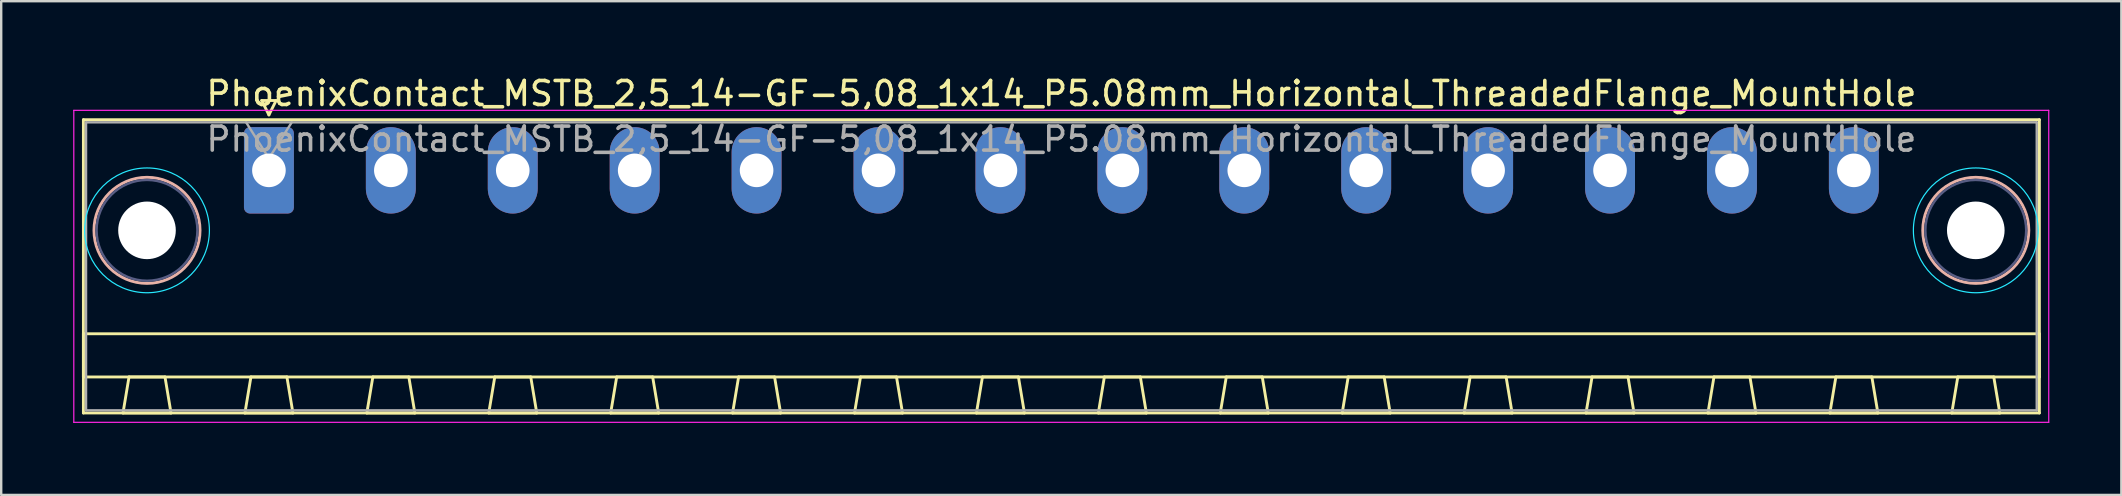
<source format=kicad_pcb>
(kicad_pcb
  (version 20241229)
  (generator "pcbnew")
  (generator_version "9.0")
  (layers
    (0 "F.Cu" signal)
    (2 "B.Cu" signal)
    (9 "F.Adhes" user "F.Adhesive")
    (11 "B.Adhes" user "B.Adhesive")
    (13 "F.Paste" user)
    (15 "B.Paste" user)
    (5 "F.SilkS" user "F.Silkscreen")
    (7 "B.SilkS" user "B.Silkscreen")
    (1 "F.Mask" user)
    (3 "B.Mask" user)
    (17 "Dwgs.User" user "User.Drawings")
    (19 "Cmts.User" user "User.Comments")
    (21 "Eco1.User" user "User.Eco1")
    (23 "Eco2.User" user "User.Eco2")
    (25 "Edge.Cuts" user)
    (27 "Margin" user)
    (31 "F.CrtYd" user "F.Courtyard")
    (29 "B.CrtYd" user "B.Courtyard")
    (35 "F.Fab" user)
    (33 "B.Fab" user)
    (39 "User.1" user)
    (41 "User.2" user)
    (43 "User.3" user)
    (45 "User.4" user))
  (footprint "PhoenixContact_MSTB_2,5_14-GF-5,08_1x14_P5.08mm_Horizontal_ThreadedFlange_MountHole"
    (layer "F.Cu")
    (at 8.155 4.048)
    (property "Reference" "PhoenixContact_MSTB_2,5_14-GF-5,08_1x14_P5.08mm_Horizontal_ThreadedFlange_MountHole" (at 33.02 -3.2 0) (layer "F.SilkS") (effects (font (size 1 1) (thickness 0.15))))
    (attr through_hole)
    (fp_line (start -7.73 -2.11) (end -7.73 10.11) (stroke (width 0.12) (type solid)) (layer "F.SilkS"))
    (fp_line (start -7.73 6.81) (end 73.77 6.81) (stroke (width 0.12) (type solid)) (layer "F.SilkS"))
    (fp_line (start -7.73 8.61) (end -7.73 6.81) (stroke (width 0.12) (type solid)) (layer "F.SilkS"))
    (fp_line (start -7.73 10.11) (end 73.77 10.11) (stroke (width 0.12) (type solid)) (layer "F.SilkS"))
    (fp_line (start -6.08 10.11) (end -4.08 10.11) (stroke (width 0.12) (type solid)) (layer "F.SilkS"))
    (fp_line (start -5.83 8.61) (end -6.08 10.11) (stroke (width 0.12) (type solid)) (layer "F.SilkS"))
    (fp_line (start -4.33 8.61) (end -5.83 8.61) (stroke (width 0.12) (type solid)) (layer "F.SilkS"))
    (fp_line (start -4.08 10.11) (end -4.33 8.61) (stroke (width 0.12) (type solid)) (layer "F.SilkS"))
    (fp_line (start -1 10.11) (end 1 10.11) (stroke (width 0.12) (type solid)) (layer "F.SilkS"))
    (fp_line (start -0.75 8.61) (end -1 10.11) (stroke (width 0.12) (type solid)) (layer "F.SilkS"))
    (fp_line (start -0.3 -2.91) (end 0.3 -2.91) (stroke (width 0.12) (type solid)) (layer "F.SilkS"))
    (fp_line (start 0 -2.31) (end -0.3 -2.91) (stroke (width 0.12) (type solid)) (layer "F.SilkS"))
    (fp_line (start 0.3 -2.91) (end 0 -2.31) (stroke (width 0.12) (type solid)) (layer "F.SilkS"))
    (fp_line (start 0.75 8.61) (end -0.75 8.61) (stroke (width 0.12) (type solid)) (layer "F.SilkS"))
    (fp_line (start 1 10.11) (end 0.75 8.61) (stroke (width 0.12) (type solid)) (layer "F.SilkS"))
    (fp_line (start 4.08 10.11) (end 6.08 10.11) (stroke (width 0.12) (type solid)) (layer "F.SilkS"))
    (fp_line (start 4.33 8.61) (end 4.08 10.11) (stroke (width 0.12) (type solid)) (layer "F.SilkS"))
    (fp_line (start 5.83 8.61) (end 4.33 8.61) (stroke (width 0.12) (type solid)) (layer "F.SilkS"))
    (fp_line (start 6.08 10.11) (end 5.83 8.61) (stroke (width 0.12) (type solid)) (layer "F.SilkS"))
    (fp_line (start 9.16 10.11) (end 11.16 10.11) (stroke (width 0.12) (type solid)) (layer "F.SilkS"))
    (fp_line (start 9.41 8.61) (end 9.16 10.11) (stroke (width 0.12) (type solid)) (layer "F.SilkS"))
    (fp_line (start 10.91 8.61) (end 9.41 8.61) (stroke (width 0.12) (type solid)) (layer "F.SilkS"))
    (fp_line (start 11.16 10.11) (end 10.91 8.61) (stroke (width 0.12) (type solid)) (layer "F.SilkS"))
    (fp_line (start 14.24 10.11) (end 16.24 10.11) (stroke (width 0.12) (type solid)) (layer "F.SilkS"))
    (fp_line (start 14.49 8.61) (end 14.24 10.11) (stroke (width 0.12) (type solid)) (layer "F.SilkS"))
    (fp_line (start 15.99 8.61) (end 14.49 8.61) (stroke (width 0.12) (type solid)) (layer "F.SilkS"))
    (fp_line (start 16.24 10.11) (end 15.99 8.61) (stroke (width 0.12) (type solid)) (layer "F.SilkS"))
    (fp_line (start 19.32 10.11) (end 21.32 10.11) (stroke (width 0.12) (type solid)) (layer "F.SilkS"))
    (fp_line (start 19.57 8.61) (end 19.32 10.11) (stroke (width 0.12) (type solid)) (layer "F.SilkS"))
    (fp_line (start 21.07 8.61) (end 19.57 8.61) (stroke (width 0.12) (type solid)) (layer "F.SilkS"))
    (fp_line (start 21.32 10.11) (end 21.07 8.61) (stroke (width 0.12) (type solid)) (layer "F.SilkS"))
    (fp_line (start 24.4 10.11) (end 26.4 10.11) (stroke (width 0.12) (type solid)) (layer "F.SilkS"))
    (fp_line (start 24.65 8.61) (end 24.4 10.11) (stroke (width 0.12) (type solid)) (layer "F.SilkS"))
    (fp_line (start 26.15 8.61) (end 24.65 8.61) (stroke (width 0.12) (type solid)) (layer "F.SilkS"))
    (fp_line (start 26.4 10.11) (end 26.15 8.61) (stroke (width 0.12) (type solid)) (layer "F.SilkS"))
    (fp_line (start 29.48 10.11) (end 31.48 10.11) (stroke (width 0.12) (type solid)) (layer "F.SilkS"))
    (fp_line (start 29.73 8.61) (end 29.48 10.11) (stroke (width 0.12) (type solid)) (layer "F.SilkS"))
    (fp_line (start 31.23 8.61) (end 29.73 8.61) (stroke (width 0.12) (type solid)) (layer "F.SilkS"))
    (fp_line (start 31.48 10.11) (end 31.23 8.61) (stroke (width 0.12) (type solid)) (layer "F.SilkS"))
    (fp_line (start 34.56 10.11) (end 36.56 10.11) (stroke (width 0.12) (type solid)) (layer "F.SilkS"))
    (fp_line (start 34.81 8.61) (end 34.56 10.11) (stroke (width 0.12) (type solid)) (layer "F.SilkS"))
    (fp_line (start 36.31 8.61) (end 34.81 8.61) (stroke (width 0.12) (type solid)) (layer "F.SilkS"))
    (fp_line (start 36.56 10.11) (end 36.31 8.61) (stroke (width 0.12) (type solid)) (layer "F.SilkS"))
    (fp_line (start 39.64 10.11) (end 41.64 10.11) (stroke (width 0.12) (type solid)) (layer "F.SilkS"))
    (fp_line (start 39.89 8.61) (end 39.64 10.11) (stroke (width 0.12) (type solid)) (layer "F.SilkS"))
    (fp_line (start 41.39 8.61) (end 39.89 8.61) (stroke (width 0.12) (type solid)) (layer "F.SilkS"))
    (fp_line (start 41.64 10.11) (end 41.39 8.61) (stroke (width 0.12) (type solid)) (layer "F.SilkS"))
    (fp_line (start 44.72 10.11) (end 46.72 10.11) (stroke (width 0.12) (type solid)) (layer "F.SilkS"))
    (fp_line (start 44.97 8.61) (end 44.72 10.11) (stroke (width 0.12) (type solid)) (layer "F.SilkS"))
    (fp_line (start 46.47 8.61) (end 44.97 8.61) (stroke (width 0.12) (type solid)) (layer "F.SilkS"))
    (fp_line (start 46.72 10.11) (end 46.47 8.61) (stroke (width 0.12) (type solid)) (layer "F.SilkS"))
    (fp_line (start 49.8 10.11) (end 51.8 10.11) (stroke (width 0.12) (type solid)) (layer "F.SilkS"))
    (fp_line (start 50.05 8.61) (end 49.8 10.11) (stroke (width 0.12) (type solid)) (layer "F.SilkS"))
    (fp_line (start 51.55 8.61) (end 50.05 8.61) (stroke (width 0.12) (type solid)) (layer "F.SilkS"))
    (fp_line (start 51.8 10.11) (end 51.55 8.61) (stroke (width 0.12) (type solid)) (layer "F.SilkS"))
    (fp_line (start 54.88 10.11) (end 56.88 10.11) (stroke (width 0.12) (type solid)) (layer "F.SilkS"))
    (fp_line (start 55.13 8.61) (end 54.88 10.11) (stroke (width 0.12) (type solid)) (layer "F.SilkS"))
    (fp_line (start 56.63 8.61) (end 55.13 8.61) (stroke (width 0.12) (type solid)) (layer "F.SilkS"))
    (fp_line (start 56.88 10.11) (end 56.63 8.61) (stroke (width 0.12) (type solid)) (layer "F.SilkS"))
    (fp_line (start 59.96 10.11) (end 61.96 10.11) (stroke (width 0.12) (type solid)) (layer "F.SilkS"))
    (fp_line (start 60.21 8.61) (end 59.96 10.11) (stroke (width 0.12) (type solid)) (layer "F.SilkS"))
    (fp_line (start 61.71 8.61) (end 60.21 8.61) (stroke (width 0.12) (type solid)) (layer "F.SilkS"))
    (fp_line (start 61.96 10.11) (end 61.71 8.61) (stroke (width 0.12) (type solid)) (layer "F.SilkS"))
    (fp_line (start 65.04 10.11) (end 67.04 10.11) (stroke (width 0.12) (type solid)) (layer "F.SilkS"))
    (fp_line (start 65.29 8.61) (end 65.04 10.11) (stroke (width 0.12) (type solid)) (layer "F.SilkS"))
    (fp_line (start 66.79 8.61) (end 65.29 8.61) (stroke (width 0.12) (type solid)) (layer "F.SilkS"))
    (fp_line (start 67.04 10.11) (end 66.79 8.61) (stroke (width 0.12) (type solid)) (layer "F.SilkS"))
    (fp_line (start 70.12 10.11) (end 72.12 10.11) (stroke (width 0.12) (type solid)) (layer "F.SilkS"))
    (fp_line (start 70.37 8.61) (end 70.12 10.11) (stroke (width 0.12) (type solid)) (layer "F.SilkS"))
    (fp_line (start 71.87 8.61) (end 70.37 8.61) (stroke (width 0.12) (type solid)) (layer "F.SilkS"))
    (fp_line (start 72.12 10.11) (end 71.87 8.61) (stroke (width 0.12) (type solid)) (layer "F.SilkS"))
    (fp_line (start 73.77 -2.11) (end -7.73 -2.11) (stroke (width 0.12) (type solid)) (layer "F.SilkS"))
    (fp_line (start 73.77 6.81) (end 73.77 8.61) (stroke (width 0.12) (type solid)) (layer "F.SilkS"))
    (fp_line (start 73.77 8.61) (end -7.73 8.61) (stroke (width 0.12) (type solid)) (layer "F.SilkS"))
    (fp_line (start 73.77 10.11) (end 73.77 -2.11) (stroke (width 0.12) (type solid)) (layer "F.SilkS"))
    (fp_circle (center -5.08 2.5) (end -2.87 2.5) (stroke (width 0.12) (type solid)) (fill no) (layer "B.SilkS"))
    (fp_circle (center 71.12 2.5) (end 73.33 2.5) (stroke (width 0.12) (type solid)) (fill no) (layer "B.SilkS"))
    (fp_circle (center -5.08 2.5) (end -2.48 2.5) (stroke (width 0.05) (type solid)) (fill no) (layer "B.CrtYd"))
    (fp_circle (center 71.12 2.5) (end 73.72 2.5) (stroke (width 0.05) (type solid)) (fill no) (layer "B.CrtYd"))
    (fp_line (start -8.13 -2.5) (end -8.13 10.5) (stroke (width 0.05) (type solid)) (layer "F.CrtYd"))
    (fp_line (start -8.13 10.5) (end 74.16 10.5) (stroke (width 0.05) (type solid)) (layer "F.CrtYd"))
    (fp_line (start 74.16 -2.5) (end -8.13 -2.5) (stroke (width 0.05) (type solid)) (layer "F.CrtYd"))
    (fp_line (start 74.16 10.5) (end 74.16 -2.5) (stroke (width 0.05) (type solid)) (layer "F.CrtYd"))
    (fp_circle (center -5.08 2.5) (end -2.98 2.5) (stroke (width 0.1) (type solid)) (fill no) (layer "B.Fab"))
    (fp_circle (center 71.12 2.5) (end 73.22 2.5) (stroke (width 0.1) (type solid)) (fill no) (layer "B.Fab"))
    (fp_line (start -7.62 -2) (end -7.62 10) (stroke (width 0.1) (type solid)) (layer "F.Fab"))
    (fp_line (start -7.62 10) (end 73.66 10) (stroke (width 0.1) (type solid)) (layer "F.Fab"))
    (fp_line (start 0 -0.5) (end -0.95 -2) (stroke (width 0.1) (type solid)) (layer "F.Fab"))
    (fp_line (start 0.95 -2) (end 0 -0.5) (stroke (width 0.1) (type solid)) (layer "F.Fab"))
    (fp_line (start 73.66 -2) (end -7.62 -2) (stroke (width 0.1) (type solid)) (layer "F.Fab"))
    (fp_line (start 73.66 10) (end 73.66 -2) (stroke (width 0.1) (type solid)) (layer "F.Fab"))
    (fp_text user "${REFERENCE}" (at 33.02 -1.3 0) (layer "F.Fab") (effects (font (size 1 1) (thickness 0.15))))
    (pad "" np_thru_hole circle (at -5.08 2.5) (size 2.4 2.4) (drill 2.4) (layers "*.Cu" "*.Mask"))
    (pad "" np_thru_hole circle (at 71.12 2.5) (size 2.4 2.4) (drill 2.4) (layers "*.Cu" "*.Mask"))
    (pad "1" thru_hole roundrect (at 0 0) (size 2.08 3.6) (drill 1.4) (layers "*.Cu" "*.Mask") (roundrect_rratio 0.12))
    (pad "2" thru_hole oval (at 5.08 0) (size 2.08 3.6) (drill 1.4) (layers "*.Cu" "*.Mask"))
    (pad "3" thru_hole oval (at 10.16 0) (size 2.08 3.6) (drill 1.4) (layers "*.Cu" "*.Mask"))
    (pad "4" thru_hole oval (at 15.24 0) (size 2.08 3.6) (drill 1.4) (layers "*.Cu" "*.Mask"))
    (pad "5" thru_hole oval (at 20.32 0) (size 2.08 3.6) (drill 1.4) (layers "*.Cu" "*.Mask"))
    (pad "6" thru_hole oval (at 25.4 0) (size 2.08 3.6) (drill 1.4) (layers "*.Cu" "*.Mask"))
    (pad "7" thru_hole oval (at 30.48 0) (size 2.08 3.6) (drill 1.4) (layers "*.Cu" "*.Mask"))
    (pad "8" thru_hole oval (at 35.56 0) (size 2.08 3.6) (drill 1.4) (layers "*.Cu" "*.Mask"))
    (pad "9" thru_hole oval (at 40.64 0) (size 2.08 3.6) (drill 1.4) (layers "*.Cu" "*.Mask"))
    (pad "10" thru_hole oval (at 45.72 0) (size 2.08 3.6) (drill 1.4) (layers "*.Cu" "*.Mask"))
    (pad "11" thru_hole oval (at 50.8 0) (size 2.08 3.6) (drill 1.4) (layers "*.Cu" "*.Mask"))
    (pad "12" thru_hole oval (at 55.88 0) (size 2.08 3.6) (drill 1.4) (layers "*.Cu" "*.Mask"))
    (pad "13" thru_hole oval (at 60.96 0) (size 2.08 3.6) (drill 1.4) (layers "*.Cu" "*.Mask"))
    (pad "14" thru_hole oval (at 66.04 0) (size 2.08 3.6) (drill 1.4) (layers "*.Cu" "*.Mask")))
  (gr_rect
    (start -3 -3)
    (end 85.34 17.573)
    (stroke (width 0.1) (type default))
    (fill no)
    (layer "Edge.Cuts")))
</source>
